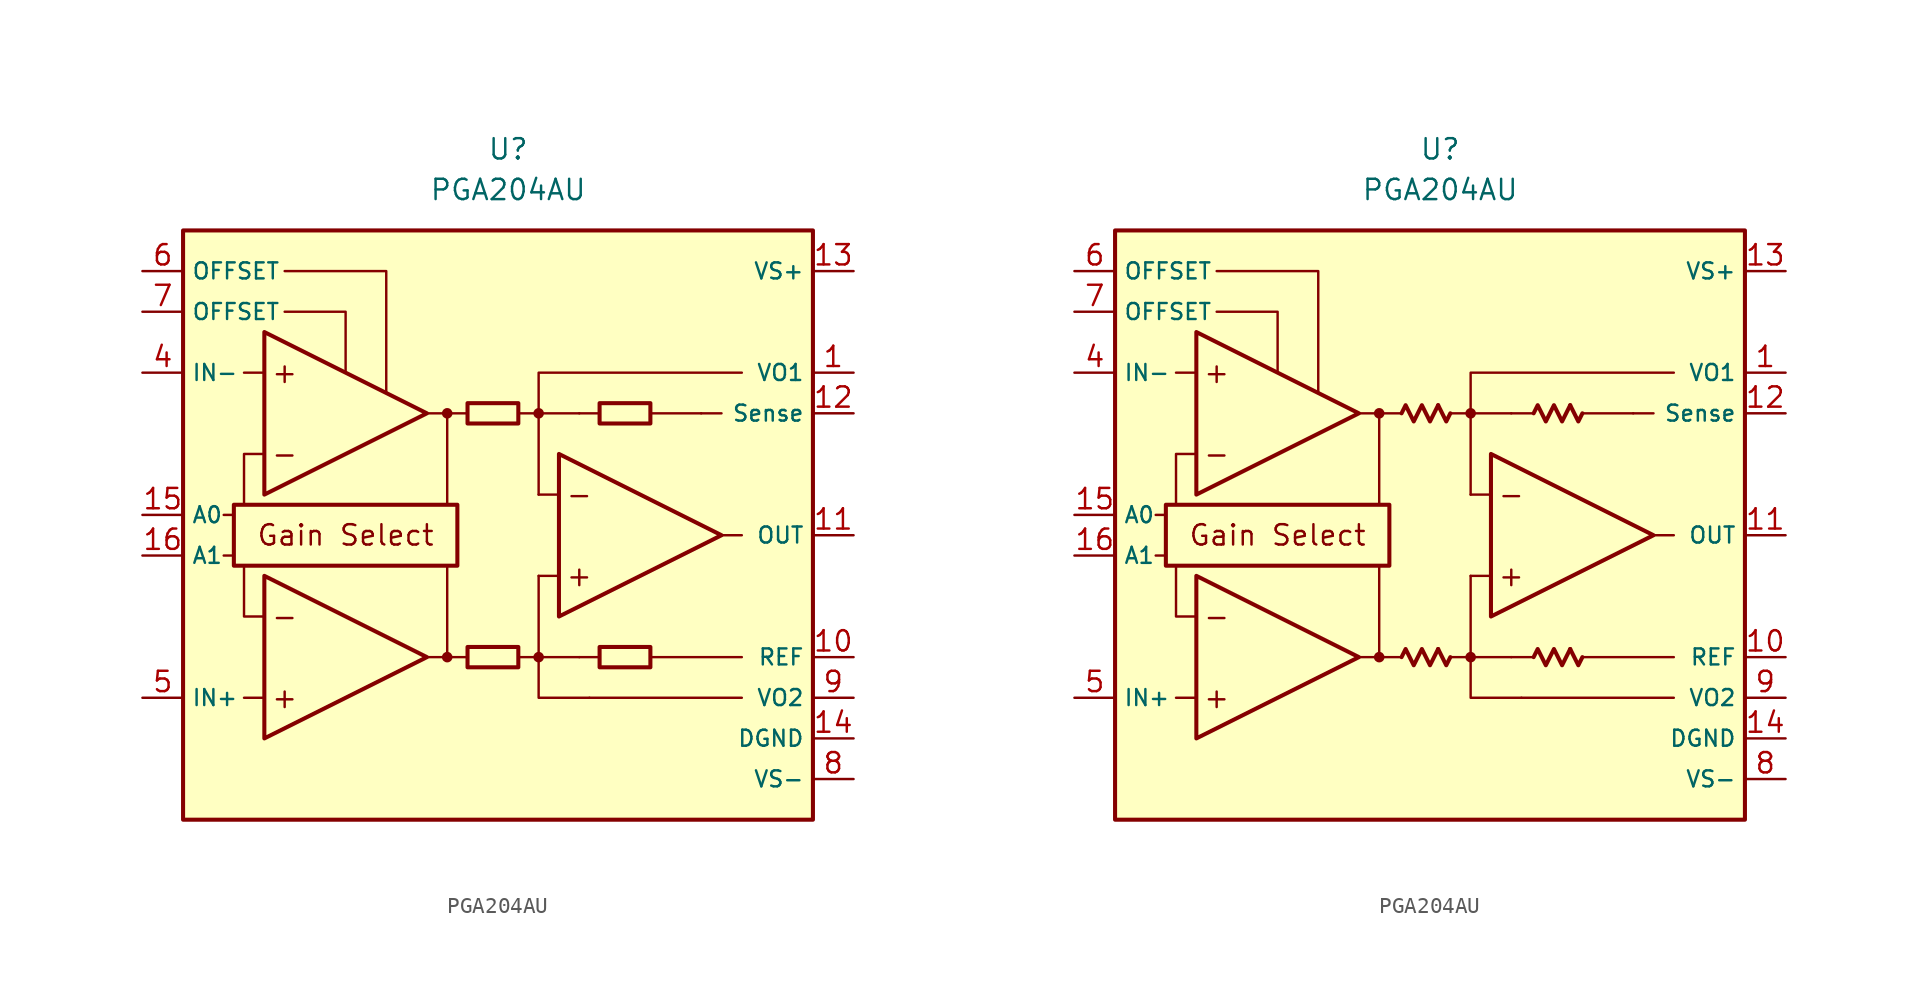
<source format=kicad_sym>
(kicad_symbol_lib
  (version 20231120)
  (generator "kicad_symbol_editor")
  (generator_version "8.0")
  (symbol "PGA204AU"
    (property "Reference" "U"
      (at 0 22.86 0)
      (effects (font (size 1.27 1.27))))
    (property "Value" "PGA204AU"
      (at 0 20.32 0)
      (effects (font (size 1.27 1.27))))
    (symbol "PGA204AU_0_0"
      (rectangle (start -20.32 17.78) (end 19.05 -19.05) (stroke (width 0.254) (type default)) (fill (type background)))
      (rectangle (start -17.145 0.635) (end -3.175 -3.175) (stroke (width 0.254) (type default)) (fill (type none)))
      (circle (center -3.81 -8.89) (radius 0.254) (stroke (width 0.152) (type default)) (fill (type outline)))
      (circle (center -3.81 6.35) (radius 0.254) (stroke (width 0.152) (type default)) (fill (type outline)))
      (polyline (pts (xy -1.27 -8.89)) (stroke (width 0.152) (type default)) (fill (type none)))
      (polyline (pts (xy -1.27 6.35)) (stroke (width 0.152) (type default)) (fill (type none)))
      (polyline (pts (xy 5.715 6.35)) (stroke (width 0.152) (type default)) (fill (type none)))
      (polyline (pts (xy -17.145 -2.54) (xy -17.78 -2.54)) (stroke (width 0.152) (type default)) (fill (type none)))
      (polyline (pts (xy -17.145 0) (xy -17.78 0)) (stroke (width 0.152) (type default)) (fill (type none)))
      (polyline (pts (xy -15.24 -11.43) (xy -16.51 -11.43)) (stroke (width 0.152) (type default)) (fill (type none)))
      (polyline (pts (xy -15.24 8.89) (xy -16.51 8.89)) (stroke (width 0.152) (type default)) (fill (type none)))
      (polyline (pts (xy -5.08 -8.89) (xy -2.54 -8.89)) (stroke (width 0.152) (type default)) (fill (type none)))
      (polyline (pts (xy -5.08 6.35) (xy -2.54 6.35)) (stroke (width 0.152) (type default)) (fill (type none)))
      (polyline (pts (xy -3.81 -8.89) (xy -3.81 -3.175)) (stroke (width 0.152) (type default)) (fill (type none)))
      (polyline (pts (xy -3.81 0.635) (xy -3.81 6.35)) (stroke (width 0.152) (type default)) (fill (type none)))
      (polyline (pts (xy 0.635 -8.89) (xy 1.905 -8.89)) (stroke (width 0.152) (type default)) (fill (type none)))
      (polyline (pts (xy 0.635 6.35) (xy 1.905 6.35)) (stroke (width 0.152) (type default)) (fill (type none)))
      (polyline (pts (xy 3.175 -3.81) (xy 1.905 -3.81)) (stroke (width 0.152) (type default)) (fill (type none)))
      (polyline (pts (xy 3.175 1.27) (xy 1.905 1.27)) (stroke (width 0.152) (type default)) (fill (type none)))
      (polyline (pts (xy 4.445 -8.89) (xy 1.905 -8.89)) (stroke (width 0.152) (type default)) (fill (type none)))
      (polyline (pts (xy 4.445 -8.89) (xy 5.715 -8.89)) (stroke (width 0.152) (type default)) (fill (type none)))
      (polyline (pts (xy 4.445 6.35) (xy 1.905 6.35)) (stroke (width 0.152) (type default)) (fill (type none)))
      (polyline (pts (xy 4.445 6.35) (xy 5.715 6.35)) (stroke (width 0.152) (type default)) (fill (type none)))
      (polyline (pts (xy 8.89 -8.89) (xy 14.605 -8.89)) (stroke (width 0.152) (type default)) (fill (type none)))
      (polyline (pts (xy 8.89 6.35) (xy 12.065 6.35)) (stroke (width 0.152) (type default)) (fill (type none)))
      (polyline (pts (xy 12.065 6.35) (xy 13.335 6.35)) (stroke (width 0.152) (type default)) (fill (type none)))
      (polyline (pts (xy 13.335 -1.27) (xy 14.605 -1.27)) (stroke (width 0.152) (type default)) (fill (type none)))
      (polyline (pts (xy 14.605 -11.43) (xy 5.08 -11.43)) (stroke (width 0.152) (type default)) (fill (type none)))
      (polyline (pts (xy -16.51 -3.175) (xy -16.51 -6.35) (xy -15.24 -6.35)) (stroke (width 0.152) (type default)) (fill (type none)))
      (polyline (pts (xy -15.24 3.81) (xy -16.51 3.81) (xy -16.51 0.635)) (stroke (width 0.152) (type default)) (fill (type none)))
      (polyline (pts (xy -13.97 12.7) (xy -10.16 12.7) (xy -10.16 8.89)) (stroke (width 0.152) (type default)) (fill (type none)))
      (polyline (pts (xy -7.62 7.62) (xy -7.62 15.24) (xy -13.97 15.24)) (stroke (width 0.152) (type default)) (fill (type none)))
      (polyline (pts (xy 1.905 -3.81) (xy 1.905 -11.43) (xy 5.08 -11.43)) (stroke (width 0.152) (type default)) (fill (type none)))
      (polyline (pts (xy 14.605 8.89) (xy 1.905 8.89) (xy 1.905 1.27)) (stroke (width 0.152) (type default)) (fill (type none)))
      (circle (center 1.905 -8.89) (radius 0.254) (stroke (width 0.152) (type default)) (fill (type outline)))
      (circle (center 1.905 6.35) (radius 0.254) (stroke (width 0.152) (type default)) (fill (type outline)))
      (text "+" (at -13.97 -11.43 0) (effects (font (size 1.27 1.27))))
      (text "+" (at -13.97 8.89 0) (effects (font (size 1.27 1.27))))
      (text "+" (at 4.445 -3.81 0) (effects (font (size 1.27 1.27))))
      (text "-" (at -13.97 -6.35 0) (effects (font (size 1.27 1.27))))
      (text "-" (at -13.97 3.81 0) (effects (font (size 1.27 1.27))))
      (text "-" (at 4.445 1.27 0) (effects (font (size 1.27 1.27))))
      (text "Gain Select" (at -10.16 -1.27 0) (effects (font (size 1.27 1.27)))))
    (symbol "PGA204AU_0_1"
      (rectangle (start -2.54 -8.255) (end 0.635 -9.525) (stroke (width 0.254) (type default)) (fill (type none)))
      (rectangle (start -2.54 6.985) (end 0.635 5.715) (stroke (width 0.254) (type default)) (fill (type none)))
      (rectangle (start 5.715 -8.255) (end 8.89 -9.525) (stroke (width 0.254) (type default)) (fill (type none)))
      (rectangle (start 5.715 6.985) (end 8.89 5.715) (stroke (width 0.254) (type default)) (fill (type none))))
    (symbol "PGA204AU_0_2"
      (polyline (pts (xy -0.127 -8.382) (xy 0.381 -9.398) (xy 0.635 -8.89)) (stroke (width 0.254) (type default)) (fill (type none)))
      (polyline (pts (xy -0.127 6.858) (xy 0.381 5.842) (xy 0.635 6.35)) (stroke (width 0.254) (type default)) (fill (type none)))
      (polyline (pts (xy 8.128 -8.382) (xy 8.636 -9.398) (xy 8.89 -8.89)) (stroke (width 0.254) (type default)) (fill (type none)))
      (polyline (pts (xy 8.128 6.858) (xy 8.636 5.842) (xy 8.89 6.35)) (stroke (width 0.254) (type default)) (fill (type none)))
      (polyline (pts (xy -2.413 -8.89) (xy -2.159 -8.382) (xy -1.651 -9.398) (xy -1.143 -8.382) (xy -0.635 -9.398) (xy -0.127 -8.382)) (stroke (width 0.254) (type default)) (fill (type none)))
      (polyline (pts (xy -2.413 6.35) (xy -2.159 6.858) (xy -1.651 5.842) (xy -1.143 6.858) (xy -0.635 5.842) (xy -0.127 6.858)) (stroke (width 0.254) (type default)) (fill (type none)))
      (polyline (pts (xy 5.842 -8.89) (xy 6.096 -8.382) (xy 6.604 -9.398) (xy 7.112 -8.382) (xy 7.62 -9.398) (xy 8.128 -8.382)) (stroke (width 0.254) (type default)) (fill (type none)))
      (polyline (pts (xy 5.842 6.35) (xy 6.096 6.858) (xy 6.604 5.842) (xy 7.112 6.858) (xy 7.62 5.842) (xy 8.128 6.858)) (stroke (width 0.254) (type default)) (fill (type none))))
    (symbol "PGA204AU_1_0"
      (polyline (pts (xy -15.24 -3.81) (xy -15.24 -13.97) (xy -5.08 -8.89) (xy -15.24 -3.81)) (stroke (width 0.254) (type default)) (fill (type background)))
      (polyline (pts (xy -15.24 11.43) (xy -15.24 1.27) (xy -5.08 6.35) (xy -15.24 11.43)) (stroke (width 0.254) (type default)) (fill (type background)))
      (polyline (pts (xy 3.175 3.81) (xy 3.175 -6.35) (xy 13.335 -1.27) (xy 3.175 3.81)) (stroke (width 0.254) (type default)) (fill (type background))))
    (symbol "PGA204AU_1_1"
      (pin passive line (at 21.59 8.89 180) (length 2.54) (name "VO1" (effects (font (size 1 1)))) (number "1" (effects (font (size 1.27 1.27)))))
      (pin passive line (at 21.59 -8.89 180) (length 2.54) (name "REF" (effects (font (size 1 1)))) (number "10" (effects (font (size 1.27 1.27)))))
      (pin output line (at 21.59 -1.27 180) (length 2.54) (name "OUT" (effects (font (size 1 1)))) (number "11" (effects (font (size 1.27 1.27)))))
      (pin passive line (at 21.59 6.35 180) (length 2.54) (name "Sense" (effects (font (size 1 1)))) (number "12" (effects (font (size 1.27 1.27)))))
      (pin power_in line (at 21.59 15.24 180) (length 2.54) (name "VS+" (effects (font (size 1 1)))) (number "13" (effects (font (size 1.27 1.27)))))
      (pin power_in line (at 21.59 -13.97 180) (length 2.54) (name "DGND" (effects (font (size 1 1)))) (number "14" (effects (font (size 1.27 1.27)))))
      (pin input line (at -22.86 0 0) (length 2.54) (name "A0" (effects (font (size 1 1)))) (number "15" (effects (font (size 1.27 1.27)))))
      (pin input line (at -22.86 -2.54 0) (length 2.54) (name "A1" (effects (font (size 1 1)))) (number "16" (effects (font (size 1.27 1.27)))))
      (pin free line (at -1.27 -12.7 0) (length 2.54) hide (name "NC" (effects (font (size 1.27 1.27)))) (number "2" (effects (font (size 1.27 1.27)))))
      (pin free line (at -1.27 -15.24 0) (length 2.54) hide (name "NC" (effects (font (size 1.27 1.27)))) (number "3" (effects (font (size 1.27 1.27)))))
      (pin input line (at -22.86 8.89 0) (length 2.54) (name "IN-" (effects (font (size 1 1)))) (number "4" (effects (font (size 1.27 1.27)))))
      (pin input line (at -22.86 -11.43 0) (length 2.54) (name "IN+" (effects (font (size 1 1)))) (number "5" (effects (font (size 1.27 1.27)))))
      (pin passive line (at -22.86 15.24 0) (length 2.54) (name "OFFSET" (effects (font (size 1 1)))) (number "6" (effects (font (size 1.27 1.27)))))
      (pin passive line (at -22.86 12.7 0) (length 2.54) (name "OFFSET" (effects (font (size 1 1)))) (number "7" (effects (font (size 1.27 1.27)))))
      (pin power_in line (at 21.59 -16.51 180) (length 2.54) (name "VS-" (effects (font (size 1 1)))) (number "8" (effects (font (size 1.27 1.27)))))
      (pin passive line (at 21.59 -11.43 180) (length 2.54) (name "VO2" (effects (font (size 1 1)))) (number "9" (effects (font (size 1.27 1.27))))))
    (symbol "PGA204AU_1_2"
      (pin passive line (at 21.59 8.89 180) (length 2.54) (name "VO1" (effects (font (size 1 1)))) (number "1" (effects (font (size 1.27 1.27)))))
      (pin passive line (at 21.59 -8.89 180) (length 2.54) (name "REF" (effects (font (size 1 1)))) (number "10" (effects (font (size 1.27 1.27)))))
      (pin output line (at 21.59 -1.27 180) (length 2.54) (name "OUT" (effects (font (size 1 1)))) (number "11" (effects (font (size 1.27 1.27)))))
      (pin passive line (at 21.59 6.35 180) (length 2.54) (name "Sense" (effects (font (size 1 1)))) (number "12" (effects (font (size 1.27 1.27)))))
      (pin power_in line (at 21.59 15.24 180) (length 2.54) (name "VS+" (effects (font (size 1 1)))) (number "13" (effects (font (size 1.27 1.27)))))
      (pin power_in line (at 21.59 -13.97 180) (length 2.54) (name "DGND" (effects (font (size 1 1)))) (number "14" (effects (font (size 1.27 1.27)))))
      (pin input line (at -22.86 0 0) (length 2.54) (name "A0" (effects (font (size 1 1)))) (number "15" (effects (font (size 1.27 1.27)))))
      (pin input line (at -22.86 -2.54 0) (length 2.54) (name "A1" (effects (font (size 1 1)))) (number "16" (effects (font (size 1.27 1.27)))))
      (pin free line (at -1.27 -12.7 0) (length 2.54) hide (name "NC" (effects (font (size 1.27 1.27)))) (number "2" (effects (font (size 1.27 1.27)))))
      (pin free line (at -1.27 -15.24 0) (length 2.54) hide (name "NC" (effects (font (size 1.27 1.27)))) (number "3" (effects (font (size 1.27 1.27)))))
      (pin input line (at -22.86 8.89 0) (length 2.54) (name "IN-" (effects (font (size 1 1)))) (number "4" (effects (font (size 1.27 1.27)))))
      (pin input line (at -22.86 -11.43 0) (length 2.54) (name "IN+" (effects (font (size 1 1)))) (number "5" (effects (font (size 1.27 1.27)))))
      (pin passive line (at -22.86 15.24 0) (length 2.54) (name "OFFSET" (effects (font (size 1 1)))) (number "6" (effects (font (size 1.27 1.27)))))
      (pin passive line (at -22.86 12.7 0) (length 2.54) (name "OFFSET" (effects (font (size 1 1)))) (number "7" (effects (font (size 1.27 1.27)))))
      (pin power_in line (at 21.59 -16.51 180) (length 2.54) (name "VS-" (effects (font (size 1 1)))) (number "8" (effects (font (size 1.27 1.27)))))
      (pin passive line (at 21.59 -11.43 180) (length 2.54) (name "VO2" (effects (font (size 1 1)))) (number "9" (effects (font (size 1.27 1.27))))))))
</source>
